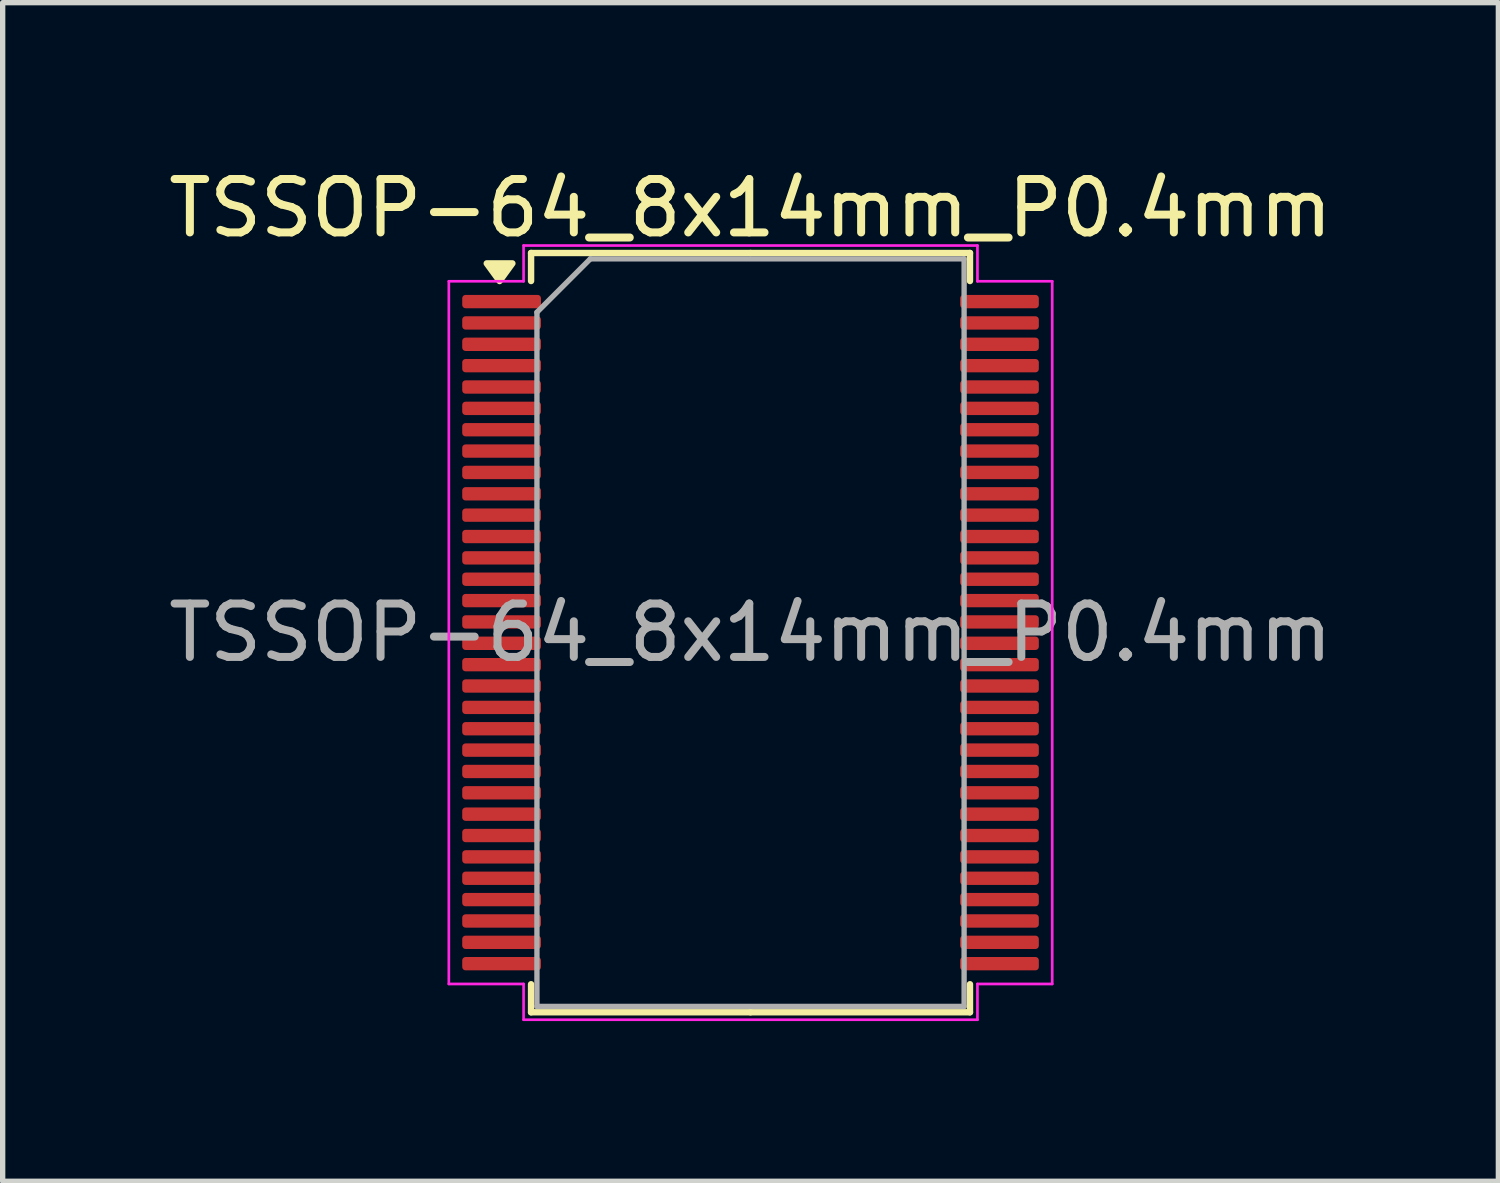
<source format=kicad_pcb>
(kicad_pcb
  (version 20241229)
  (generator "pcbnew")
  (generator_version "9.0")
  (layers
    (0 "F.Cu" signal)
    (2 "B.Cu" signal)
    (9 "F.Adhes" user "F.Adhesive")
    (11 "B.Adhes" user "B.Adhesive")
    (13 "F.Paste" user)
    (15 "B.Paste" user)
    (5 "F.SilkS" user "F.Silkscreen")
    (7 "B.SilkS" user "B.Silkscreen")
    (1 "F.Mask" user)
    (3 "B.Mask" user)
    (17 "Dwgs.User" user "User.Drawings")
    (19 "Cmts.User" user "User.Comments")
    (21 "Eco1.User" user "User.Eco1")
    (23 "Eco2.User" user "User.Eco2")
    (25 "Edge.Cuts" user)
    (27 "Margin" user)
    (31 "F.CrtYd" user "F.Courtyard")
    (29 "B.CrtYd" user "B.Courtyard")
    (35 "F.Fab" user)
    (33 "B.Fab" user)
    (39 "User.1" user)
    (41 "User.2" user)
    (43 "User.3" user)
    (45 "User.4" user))
  (footprint "TSSOP-64_8x14mm_P0.4mm"
    (layer "F.Cu")
    (at 11.006 8.798)
    (property "Reference" "TSSOP-64_8x14mm_P0.4mm" (at 0 -7.95 0) (layer "F.SilkS") (effects (font (size 1 1) (thickness 0.15))))
    (attr smd)
    (fp_line (start -4.11 -7.11) (end -4.11 -6.585) (stroke (width 0.12) (type solid)) (layer "F.SilkS"))
    (fp_line (start -4.11 7.11) (end -4.11 6.585) (stroke (width 0.12) (type solid)) (layer "F.SilkS"))
    (fp_line (start 0 -7.11) (end -4.11 -7.11) (stroke (width 0.12) (type solid)) (layer "F.SilkS"))
    (fp_line (start 0 -7.11) (end 4.11 -7.11) (stroke (width 0.12) (type solid)) (layer "F.SilkS"))
    (fp_line (start 0 7.11) (end -4.11 7.11) (stroke (width 0.12) (type solid)) (layer "F.SilkS"))
    (fp_line (start 0 7.11) (end 4.11 7.11) (stroke (width 0.12) (type solid)) (layer "F.SilkS"))
    (fp_line (start 4.11 -7.11) (end 4.11 -6.585) (stroke (width 0.12) (type solid)) (layer "F.SilkS"))
    (fp_line (start 4.11 7.11) (end 4.11 6.585) (stroke (width 0.12) (type solid)) (layer "F.SilkS"))
    (fp_poly (pts (xy -4.7 -6.585) (xy -4.94 -6.915) (xy -4.46 -6.915)) (stroke (width 0.12) (type solid)) (fill yes) (layer "F.SilkS"))
    (fp_line (start -5.65 -6.58) (end -4.25 -6.58) (stroke (width 0.05) (type solid)) (layer "F.CrtYd"))
    (fp_line (start -5.65 6.58) (end -5.65 -6.58) (stroke (width 0.05) (type solid)) (layer "F.CrtYd"))
    (fp_line (start -4.25 -7.25) (end 4.25 -7.25) (stroke (width 0.05) (type solid)) (layer "F.CrtYd"))
    (fp_line (start -4.25 -6.58) (end -4.25 -7.25) (stroke (width 0.05) (type solid)) (layer "F.CrtYd"))
    (fp_line (start -4.25 6.58) (end -5.65 6.58) (stroke (width 0.05) (type solid)) (layer "F.CrtYd"))
    (fp_line (start -4.25 7.25) (end -4.25 6.58) (stroke (width 0.05) (type solid)) (layer "F.CrtYd"))
    (fp_line (start 4.25 -7.25) (end 4.25 -6.58) (stroke (width 0.05) (type solid)) (layer "F.CrtYd"))
    (fp_line (start 4.25 -6.58) (end 5.65 -6.58) (stroke (width 0.05) (type solid)) (layer "F.CrtYd"))
    (fp_line (start 4.25 6.58) (end 4.25 7.25) (stroke (width 0.05) (type solid)) (layer "F.CrtYd"))
    (fp_line (start 4.25 7.25) (end -4.25 7.25) (stroke (width 0.05) (type solid)) (layer "F.CrtYd"))
    (fp_line (start 5.65 -6.58) (end 5.65 6.58) (stroke (width 0.05) (type solid)) (layer "F.CrtYd"))
    (fp_line (start 5.65 6.58) (end 4.25 6.58) (stroke (width 0.05) (type solid)) (layer "F.CrtYd"))
    (fp_line (start -4 -6) (end -3 -7) (stroke (width 0.1) (type solid)) (layer "F.Fab"))
    (fp_line (start -4 7) (end -4 -6) (stroke (width 0.1) (type solid)) (layer "F.Fab"))
    (fp_line (start -3 -7) (end 4 -7) (stroke (width 0.1) (type solid)) (layer "F.Fab"))
    (fp_line (start 4 -7) (end 4 7) (stroke (width 0.1) (type solid)) (layer "F.Fab"))
    (fp_line (start 4 7) (end -4 7) (stroke (width 0.1) (type solid)) (layer "F.Fab"))
    (fp_text user "${REFERENCE}" (at 0 0 0) (layer "F.Fab") (effects (font (size 1 1) (thickness 0.15))))
    (pad "1" smd roundrect (at -4.662 -6.2) (size 1.475 0.25) (layers "F.Cu" "F.Mask" "F.Paste") (roundrect_rratio 0.25))
    (pad "2" smd roundrect (at -4.662 -5.8) (size 1.475 0.25) (layers "F.Cu" "F.Mask" "F.Paste") (roundrect_rratio 0.25))
    (pad "3" smd roundrect (at -4.662 -5.4) (size 1.475 0.25) (layers "F.Cu" "F.Mask" "F.Paste") (roundrect_rratio 0.25))
    (pad "4" smd roundrect (at -4.662 -5) (size 1.475 0.25) (layers "F.Cu" "F.Mask" "F.Paste") (roundrect_rratio 0.25))
    (pad "5" smd roundrect (at -4.662 -4.6) (size 1.475 0.25) (layers "F.Cu" "F.Mask" "F.Paste") (roundrect_rratio 0.25))
    (pad "6" smd roundrect (at -4.662 -4.2) (size 1.475 0.25) (layers "F.Cu" "F.Mask" "F.Paste") (roundrect_rratio 0.25))
    (pad "7" smd roundrect (at -4.662 -3.8) (size 1.475 0.25) (layers "F.Cu" "F.Mask" "F.Paste") (roundrect_rratio 0.25))
    (pad "8" smd roundrect (at -4.662 -3.4) (size 1.475 0.25) (layers "F.Cu" "F.Mask" "F.Paste") (roundrect_rratio 0.25))
    (pad "9" smd roundrect (at -4.662 -3) (size 1.475 0.25) (layers "F.Cu" "F.Mask" "F.Paste") (roundrect_rratio 0.25))
    (pad "10" smd roundrect (at -4.662 -2.6) (size 1.475 0.25) (layers "F.Cu" "F.Mask" "F.Paste") (roundrect_rratio 0.25))
    (pad "11" smd roundrect (at -4.662 -2.2) (size 1.475 0.25) (layers "F.Cu" "F.Mask" "F.Paste") (roundrect_rratio 0.25))
    (pad "12" smd roundrect (at -4.662 -1.8) (size 1.475 0.25) (layers "F.Cu" "F.Mask" "F.Paste") (roundrect_rratio 0.25))
    (pad "13" smd roundrect (at -4.662 -1.4) (size 1.475 0.25) (layers "F.Cu" "F.Mask" "F.Paste") (roundrect_rratio 0.25))
    (pad "14" smd roundrect (at -4.662 -1) (size 1.475 0.25) (layers "F.Cu" "F.Mask" "F.Paste") (roundrect_rratio 0.25))
    (pad "15" smd roundrect (at -4.662 -0.6) (size 1.475 0.25) (layers "F.Cu" "F.Mask" "F.Paste") (roundrect_rratio 0.25))
    (pad "16" smd roundrect (at -4.662 -0.2) (size 1.475 0.25) (layers "F.Cu" "F.Mask" "F.Paste") (roundrect_rratio 0.25))
    (pad "17" smd roundrect (at -4.662 0.2) (size 1.475 0.25) (layers "F.Cu" "F.Mask" "F.Paste") (roundrect_rratio 0.25))
    (pad "18" smd roundrect (at -4.662 0.6) (size 1.475 0.25) (layers "F.Cu" "F.Mask" "F.Paste") (roundrect_rratio 0.25))
    (pad "19" smd roundrect (at -4.662 1) (size 1.475 0.25) (layers "F.Cu" "F.Mask" "F.Paste") (roundrect_rratio 0.25))
    (pad "20" smd roundrect (at -4.662 1.4) (size 1.475 0.25) (layers "F.Cu" "F.Mask" "F.Paste") (roundrect_rratio 0.25))
    (pad "21" smd roundrect (at -4.662 1.8) (size 1.475 0.25) (layers "F.Cu" "F.Mask" "F.Paste") (roundrect_rratio 0.25))
    (pad "22" smd roundrect (at -4.662 2.2) (size 1.475 0.25) (layers "F.Cu" "F.Mask" "F.Paste") (roundrect_rratio 0.25))
    (pad "23" smd roundrect (at -4.662 2.6) (size 1.475 0.25) (layers "F.Cu" "F.Mask" "F.Paste") (roundrect_rratio 0.25))
    (pad "24" smd roundrect (at -4.662 3) (size 1.475 0.25) (layers "F.Cu" "F.Mask" "F.Paste") (roundrect_rratio 0.25))
    (pad "25" smd roundrect (at -4.662 3.4) (size 1.475 0.25) (layers "F.Cu" "F.Mask" "F.Paste") (roundrect_rratio 0.25))
    (pad "26" smd roundrect (at -4.662 3.8) (size 1.475 0.25) (layers "F.Cu" "F.Mask" "F.Paste") (roundrect_rratio 0.25))
    (pad "27" smd roundrect (at -4.662 4.2) (size 1.475 0.25) (layers "F.Cu" "F.Mask" "F.Paste") (roundrect_rratio 0.25))
    (pad "28" smd roundrect (at -4.662 4.6) (size 1.475 0.25) (layers "F.Cu" "F.Mask" "F.Paste") (roundrect_rratio 0.25))
    (pad "29" smd roundrect (at -4.662 5) (size 1.475 0.25) (layers "F.Cu" "F.Mask" "F.Paste") (roundrect_rratio 0.25))
    (pad "30" smd roundrect (at -4.662 5.4) (size 1.475 0.25) (layers "F.Cu" "F.Mask" "F.Paste") (roundrect_rratio 0.25))
    (pad "31" smd roundrect (at -4.662 5.8) (size 1.475 0.25) (layers "F.Cu" "F.Mask" "F.Paste") (roundrect_rratio 0.25))
    (pad "32" smd roundrect (at -4.662 6.2) (size 1.475 0.25) (layers "F.Cu" "F.Mask" "F.Paste") (roundrect_rratio 0.25))
    (pad "33" smd roundrect (at 4.662 6.2) (size 1.475 0.25) (layers "F.Cu" "F.Mask" "F.Paste") (roundrect_rratio 0.25))
    (pad "34" smd roundrect (at 4.662 5.8) (size 1.475 0.25) (layers "F.Cu" "F.Mask" "F.Paste") (roundrect_rratio 0.25))
    (pad "35" smd roundrect (at 4.662 5.4) (size 1.475 0.25) (layers "F.Cu" "F.Mask" "F.Paste") (roundrect_rratio 0.25))
    (pad "36" smd roundrect (at 4.662 5) (size 1.475 0.25) (layers "F.Cu" "F.Mask" "F.Paste") (roundrect_rratio 0.25))
    (pad "37" smd roundrect (at 4.662 4.6) (size 1.475 0.25) (layers "F.Cu" "F.Mask" "F.Paste") (roundrect_rratio 0.25))
    (pad "38" smd roundrect (at 4.662 4.2) (size 1.475 0.25) (layers "F.Cu" "F.Mask" "F.Paste") (roundrect_rratio 0.25))
    (pad "39" smd roundrect (at 4.662 3.8) (size 1.475 0.25) (layers "F.Cu" "F.Mask" "F.Paste") (roundrect_rratio 0.25))
    (pad "40" smd roundrect (at 4.662 3.4) (size 1.475 0.25) (layers "F.Cu" "F.Mask" "F.Paste") (roundrect_rratio 0.25))
    (pad "41" smd roundrect (at 4.662 3) (size 1.475 0.25) (layers "F.Cu" "F.Mask" "F.Paste") (roundrect_rratio 0.25))
    (pad "42" smd roundrect (at 4.662 2.6) (size 1.475 0.25) (layers "F.Cu" "F.Mask" "F.Paste") (roundrect_rratio 0.25))
    (pad "43" smd roundrect (at 4.662 2.2) (size 1.475 0.25) (layers "F.Cu" "F.Mask" "F.Paste") (roundrect_rratio 0.25))
    (pad "44" smd roundrect (at 4.662 1.8) (size 1.475 0.25) (layers "F.Cu" "F.Mask" "F.Paste") (roundrect_rratio 0.25))
    (pad "45" smd roundrect (at 4.662 1.4) (size 1.475 0.25) (layers "F.Cu" "F.Mask" "F.Paste") (roundrect_rratio 0.25))
    (pad "46" smd roundrect (at 4.662 1) (size 1.475 0.25) (layers "F.Cu" "F.Mask" "F.Paste") (roundrect_rratio 0.25))
    (pad "47" smd roundrect (at 4.662 0.6) (size 1.475 0.25) (layers "F.Cu" "F.Mask" "F.Paste") (roundrect_rratio 0.25))
    (pad "48" smd roundrect (at 4.662 0.2) (size 1.475 0.25) (layers "F.Cu" "F.Mask" "F.Paste") (roundrect_rratio 0.25))
    (pad "49" smd roundrect (at 4.662 -0.2) (size 1.475 0.25) (layers "F.Cu" "F.Mask" "F.Paste") (roundrect_rratio 0.25))
    (pad "50" smd roundrect (at 4.662 -0.6) (size 1.475 0.25) (layers "F.Cu" "F.Mask" "F.Paste") (roundrect_rratio 0.25))
    (pad "51" smd roundrect (at 4.662 -1) (size 1.475 0.25) (layers "F.Cu" "F.Mask" "F.Paste") (roundrect_rratio 0.25))
    (pad "52" smd roundrect (at 4.662 -1.4) (size 1.475 0.25) (layers "F.Cu" "F.Mask" "F.Paste") (roundrect_rratio 0.25))
    (pad "53" smd roundrect (at 4.662 -1.8) (size 1.475 0.25) (layers "F.Cu" "F.Mask" "F.Paste") (roundrect_rratio 0.25))
    (pad "54" smd roundrect (at 4.662 -2.2) (size 1.475 0.25) (layers "F.Cu" "F.Mask" "F.Paste") (roundrect_rratio 0.25))
    (pad "55" smd roundrect (at 4.662 -2.6) (size 1.475 0.25) (layers "F.Cu" "F.Mask" "F.Paste") (roundrect_rratio 0.25))
    (pad "56" smd roundrect (at 4.662 -3) (size 1.475 0.25) (layers "F.Cu" "F.Mask" "F.Paste") (roundrect_rratio 0.25))
    (pad "57" smd roundrect (at 4.662 -3.4) (size 1.475 0.25) (layers "F.Cu" "F.Mask" "F.Paste") (roundrect_rratio 0.25))
    (pad "58" smd roundrect (at 4.662 -3.8) (size 1.475 0.25) (layers "F.Cu" "F.Mask" "F.Paste") (roundrect_rratio 0.25))
    (pad "59" smd roundrect (at 4.662 -4.2) (size 1.475 0.25) (layers "F.Cu" "F.Mask" "F.Paste") (roundrect_rratio 0.25))
    (pad "60" smd roundrect (at 4.662 -4.6) (size 1.475 0.25) (layers "F.Cu" "F.Mask" "F.Paste") (roundrect_rratio 0.25))
    (pad "61" smd roundrect (at 4.662 -5) (size 1.475 0.25) (layers "F.Cu" "F.Mask" "F.Paste") (roundrect_rratio 0.25))
    (pad "62" smd roundrect (at 4.662 -5.4) (size 1.475 0.25) (layers "F.Cu" "F.Mask" "F.Paste") (roundrect_rratio 0.25))
    (pad "63" smd roundrect (at 4.662 -5.8) (size 1.475 0.25) (layers "F.Cu" "F.Mask" "F.Paste") (roundrect_rratio 0.25))
    (pad "64" smd roundrect (at 4.662 -6.2) (size 1.475 0.25) (layers "F.Cu" "F.Mask" "F.Paste") (roundrect_rratio 0.25)))
  (gr_rect
    (start -3 -3)
    (end 25.012 19.073)
    (stroke (width 0.1) (type default))
    (fill no)
    (layer "Edge.Cuts")))
</source>
